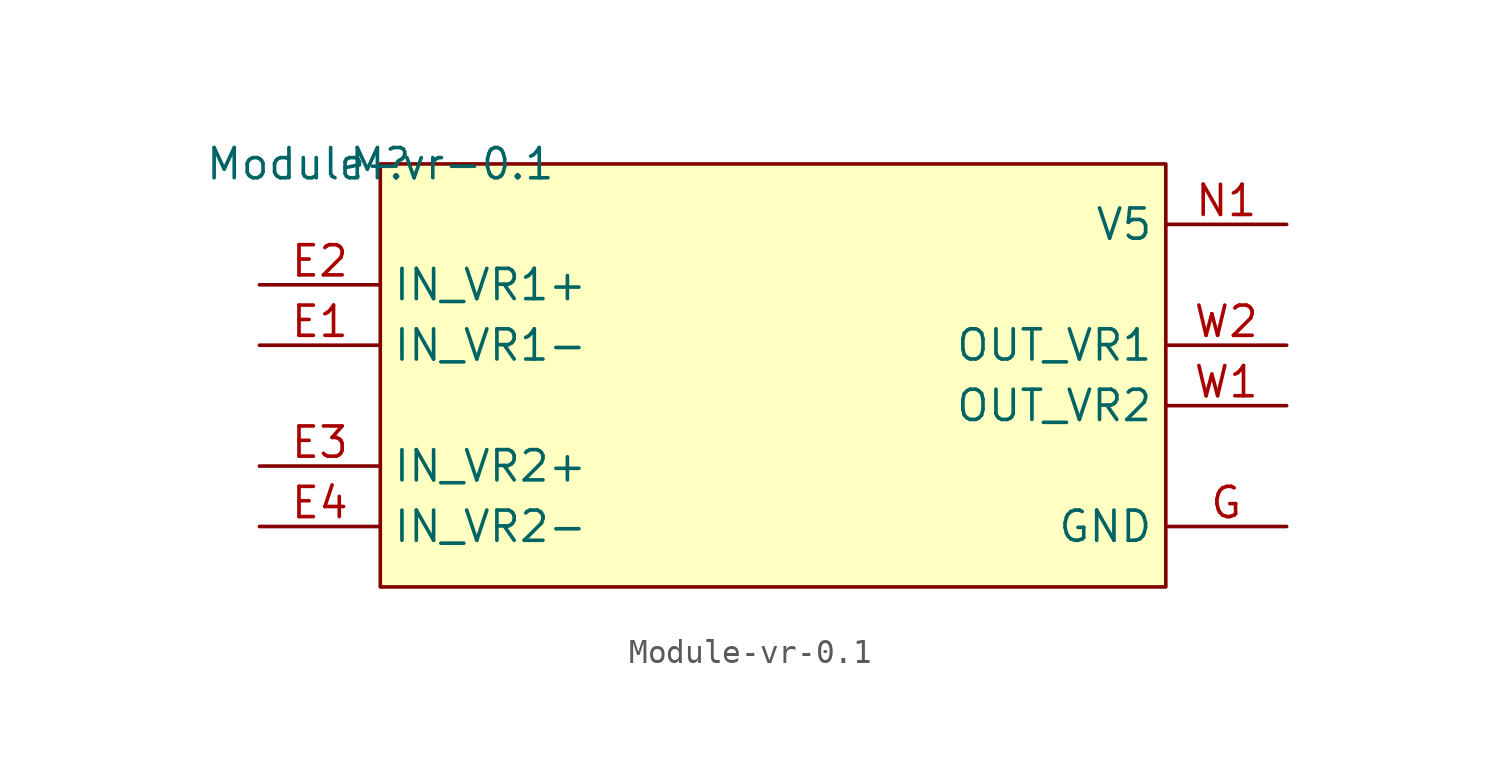
<source format=kicad_sym>
(kicad_symbol_lib
  (version 20201005)
  (generator kicad_symbol_editor)
  (symbol "vr:Module-vr-0.1"
    (property "Reference" "M"
      (at 0 0 0)
      (effects (font (size 1.27 1.27))))
    (property "Value" "Module-vr-0.1"
      (at 0 0 0)
      (effects (font (size 1.27 1.27))))
    (symbol "Module-vr-0.1_1_0"
      (rectangle (start 33.02 0) (end 0 -17.78) (stroke (width 0)) (fill (type background)))
      (pin passive line (at 38.1 -10.16 180) (length 5.08) (name "OUT_VR2" (effects (font (size 1.27 1.27)))) (number "W1" (effects (font (size 1.27 1.27)))))
      (pin passive line (at 38.1 -7.62 180) (length 5.08) (name "OUT_VR1" (effects (font (size 1.27 1.27)))) (number "W2" (effects (font (size 1.27 1.27)))))
      (pin passive line (at -5.08 -7.62 0) (length 5.08) (name "IN_VR1-" (effects (font (size 1.27 1.27)))) (number "E1" (effects (font (size 1.27 1.27)))))
      (pin passive line (at -5.08 -5.08 0) (length 5.08) (name "IN_VR1+" (effects (font (size 1.27 1.27)))) (number "E2" (effects (font (size 1.27 1.27)))))
      (pin passive line (at -5.08 -12.7 0) (length 5.08) (name "IN_VR2+" (effects (font (size 1.27 1.27)))) (number "E3" (effects (font (size 1.27 1.27)))))
      (pin passive line (at -5.08 -15.24 0) (length 5.08) (name "IN_VR2-" (effects (font (size 1.27 1.27)))) (number "E4" (effects (font (size 1.27 1.27)))))
      (pin passive line (at 38.1 -15.24 180) (length 5.08) (name "GND" (effects (font (size 1.27 1.27)))) (number "G" (effects (font (size 1.27 1.27)))))
      (pin passive line (at 38.1 -2.54 180) (length 5.08) (name "V5" (effects (font (size 1.27 1.27)))) (number "N1" (effects (font (size 1.27 1.27))))))))
</source>
